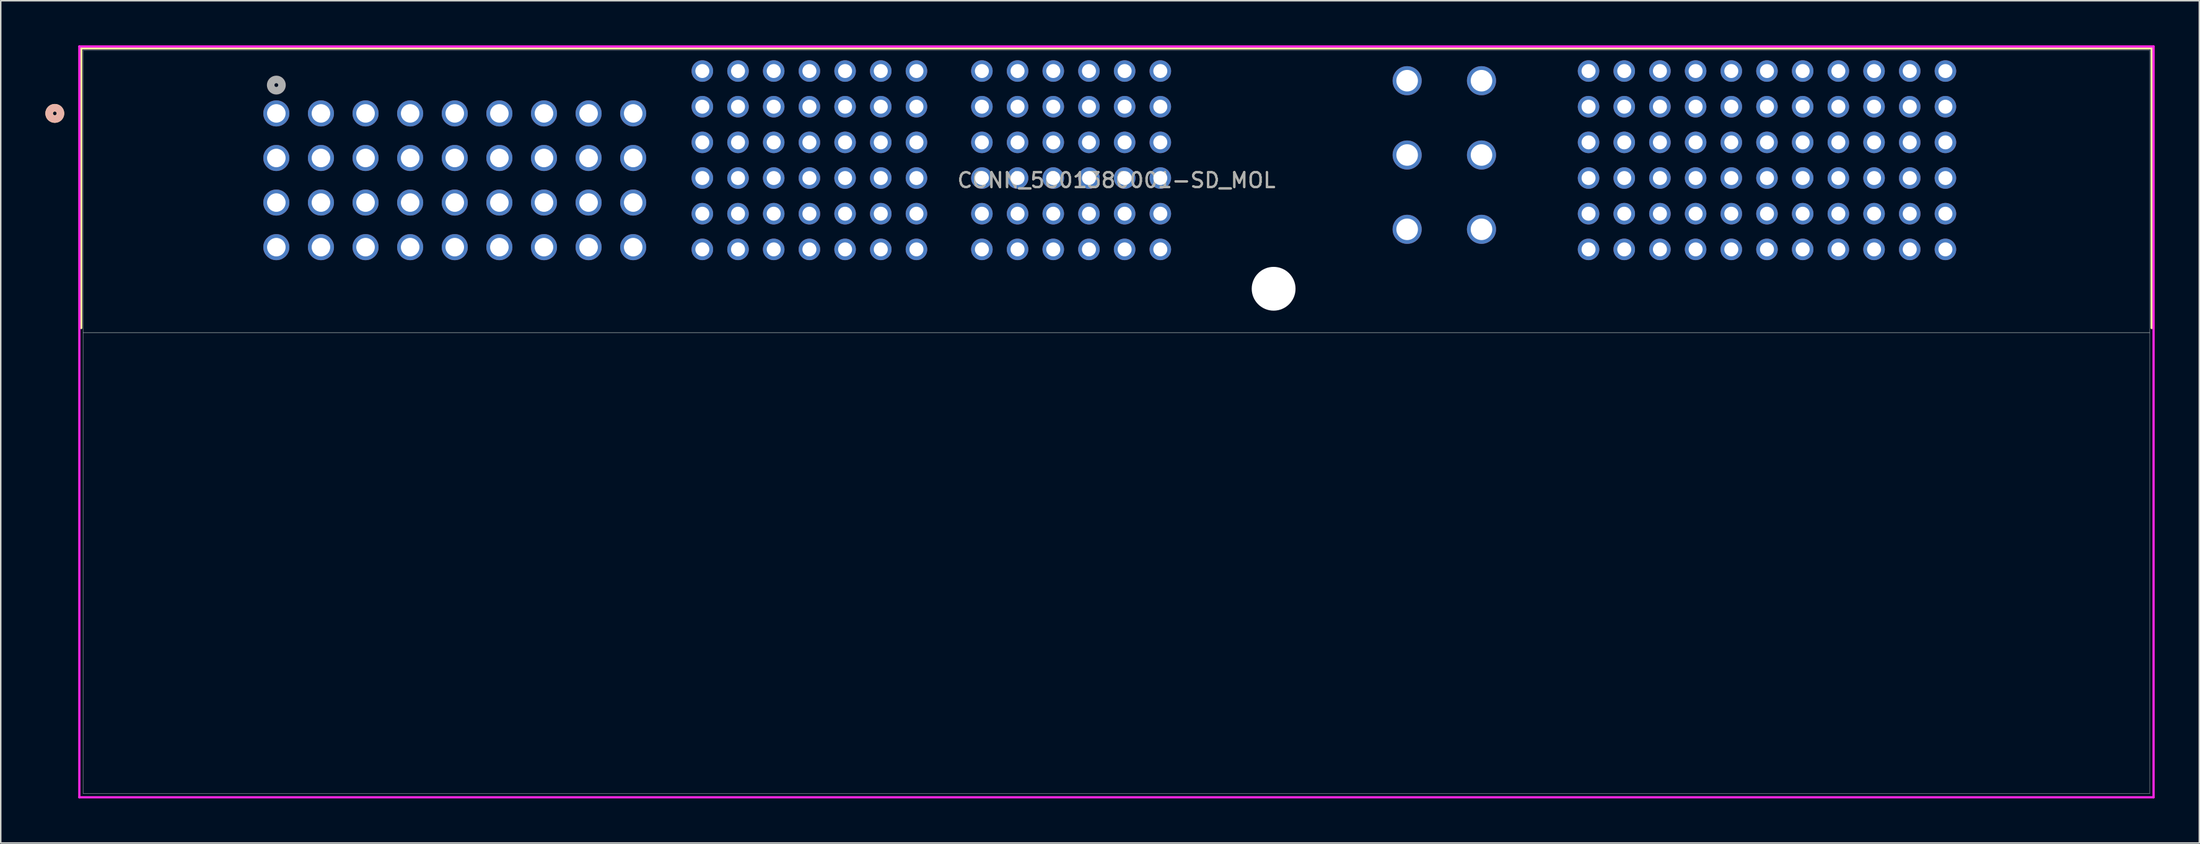
<source format=kicad_pcb>
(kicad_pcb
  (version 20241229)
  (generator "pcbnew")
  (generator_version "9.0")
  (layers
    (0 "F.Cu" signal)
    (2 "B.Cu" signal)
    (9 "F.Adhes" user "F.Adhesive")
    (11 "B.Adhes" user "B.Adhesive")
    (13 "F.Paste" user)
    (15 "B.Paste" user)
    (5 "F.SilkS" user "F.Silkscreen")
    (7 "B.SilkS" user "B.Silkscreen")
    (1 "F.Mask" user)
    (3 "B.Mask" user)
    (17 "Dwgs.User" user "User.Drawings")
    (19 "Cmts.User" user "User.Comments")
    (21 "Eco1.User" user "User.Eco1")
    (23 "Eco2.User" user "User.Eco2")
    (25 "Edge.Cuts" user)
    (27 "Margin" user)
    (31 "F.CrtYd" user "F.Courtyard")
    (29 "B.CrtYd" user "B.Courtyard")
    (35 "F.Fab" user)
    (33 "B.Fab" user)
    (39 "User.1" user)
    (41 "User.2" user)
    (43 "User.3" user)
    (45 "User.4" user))
  (footprint "CONN_5601380001-SD_MOL"
    (layer "F.Cu")
    (at 15.534 4.58)
    (property "Reference" "CONN_5601380001-SD_MOL" (at 56.5 4.5 0) (unlocked yes) (layer "F.SilkS") (effects (font (size 1 1) (thickness 0.15))))
    (attr through_hole)
    (fp_line (start -13.121 -4.377) (end -13.121 14.442) (stroke (width 0.152) (type solid)) (layer "F.SilkS"))
    (fp_line (start 126.121 -4.377) (end -13.121 -4.377) (stroke (width 0.152) (type solid)) (layer "F.SilkS"))
    (fp_line (start 126.121 14.442) (end 126.121 -4.377) (stroke (width 0.152) (type solid)) (layer "F.SilkS"))
    (fp_circle (center -14.899 0) (end -14.518 0) (stroke (width 0.508) (type solid)) (fill no) (layer "F.SilkS"))
    (fp_circle (center -14.899 0) (end -14.518 0) (stroke (width 0.508) (type solid)) (fill no) (layer "B.SilkS"))
    (fp_line (start -12.994 14.75) (end 125.994 14.75) (stroke (width 0.025) (type solid)) (layer "Edge.Cuts"))
    (fp_line (start -13.248 -4.504) (end -13.248 46.017) (stroke (width 0.152) (type solid)) (layer "F.CrtYd"))
    (fp_line (start -13.248 46.017) (end 126.248 46.017) (stroke (width 0.152) (type solid)) (layer "F.CrtYd"))
    (fp_line (start 126.248 -4.504) (end -13.248 -4.504) (stroke (width 0.152) (type solid)) (layer "F.CrtYd"))
    (fp_line (start 126.248 46.017) (end 126.248 -4.504) (stroke (width 0.152) (type solid)) (layer "F.CrtYd"))
    (fp_line (start -12.994 -4.25) (end -12.994 45.763) (stroke (width 0.025) (type solid)) (layer "F.Fab"))
    (fp_line (start -12.994 45.763) (end 125.994 45.763) (stroke (width 0.025) (type solid)) (layer "F.Fab"))
    (fp_line (start 125.994 -4.25) (end -12.994 -4.25) (stroke (width 0.025) (type solid)) (layer "F.Fab"))
    (fp_line (start 125.994 45.763) (end 125.994 -4.25) (stroke (width 0.025) (type solid)) (layer "F.Fab"))
    (fp_circle (center 0 -1.905) (end 0.381 -1.905) (stroke (width 0.508) (type solid)) (fill no) (layer "F.Fab"))
    (fp_text user "${REFERENCE}" (at 56.5 4.5 0) (unlocked yes) (layer "F.Fab") (effects (font (size 1 1) (thickness 0.15))))
    (pad "" np_thru_hole circle (at 67.07 11.8) (size 2.946 2.946) (drill 2.946) (layers "*.Cu" "*.Mask"))
    (pad "1" thru_hole circle (at 0 0) (size 1.753 1.753) (drill 1.245) (layers "*.Cu" "*.Mask"))
    (pad "2" thru_hole circle (at 3 0) (size 1.753 1.753) (drill 1.245) (layers "*.Cu" "*.Mask"))
    (pad "3" thru_hole circle (at 6 0) (size 1.753 1.753) (drill 1.245) (layers "*.Cu" "*.Mask"))
    (pad "4" thru_hole circle (at 9 0) (size 1.753 1.753) (drill 1.245) (layers "*.Cu" "*.Mask"))
    (pad "5" thru_hole circle (at 12 0) (size 1.753 1.753) (drill 1.245) (layers "*.Cu" "*.Mask"))
    (pad "6" thru_hole circle (at 15 0) (size 1.753 1.753) (drill 1.245) (layers "*.Cu" "*.Mask"))
    (pad "7" thru_hole circle (at 18 0) (size 1.753 1.753) (drill 1.245) (layers "*.Cu" "*.Mask"))
    (pad "8" thru_hole circle (at 21 0) (size 1.753 1.753) (drill 1.245) (layers "*.Cu" "*.Mask"))
    (pad "9" thru_hole circle (at 24 0) (size 1.753 1.753) (drill 1.245) (layers "*.Cu" "*.Mask"))
    (pad "10" thru_hole circle (at 0 3) (size 1.753 1.753) (drill 1.245) (layers "*.Cu" "*.Mask"))
    (pad "11" thru_hole circle (at 3 3) (size 1.753 1.753) (drill 1.245) (layers "*.Cu" "*.Mask"))
    (pad "12" thru_hole circle (at 6 3) (size 1.753 1.753) (drill 1.245) (layers "*.Cu" "*.Mask"))
    (pad "13" thru_hole circle (at 9 3) (size 1.753 1.753) (drill 1.245) (layers "*.Cu" "*.Mask"))
    (pad "14" thru_hole circle (at 12 3) (size 1.753 1.753) (drill 1.245) (layers "*.Cu" "*.Mask"))
    (pad "15" thru_hole circle (at 15 3) (size 1.753 1.753) (drill 1.245) (layers "*.Cu" "*.Mask"))
    (pad "16" thru_hole circle (at 18 3) (size 1.753 1.753) (drill 1.245) (layers "*.Cu" "*.Mask"))
    (pad "17" thru_hole circle (at 21 3) (size 1.753 1.753) (drill 1.245) (layers "*.Cu" "*.Mask"))
    (pad "18" thru_hole circle (at 24 3) (size 1.753 1.753) (drill 1.245) (layers "*.Cu" "*.Mask"))
    (pad "19" thru_hole circle (at 0 6) (size 1.753 1.753) (drill 1.245) (layers "*.Cu" "*.Mask"))
    (pad "20" thru_hole circle (at 3 6) (size 1.753 1.753) (drill 1.245) (layers "*.Cu" "*.Mask"))
    (pad "21" thru_hole circle (at 6 6) (size 1.753 1.753) (drill 1.245) (layers "*.Cu" "*.Mask"))
    (pad "22" thru_hole circle (at 9 6) (size 1.753 1.753) (drill 1.245) (layers "*.Cu" "*.Mask"))
    (pad "23" thru_hole circle (at 12 6) (size 1.753 1.753) (drill 1.245) (layers "*.Cu" "*.Mask"))
    (pad "24" thru_hole circle (at 15 6) (size 1.753 1.753) (drill 1.245) (layers "*.Cu" "*.Mask"))
    (pad "25" thru_hole circle (at 18 6) (size 1.753 1.753) (drill 1.245) (layers "*.Cu" "*.Mask"))
    (pad "26" thru_hole circle (at 21 6) (size 1.753 1.753) (drill 1.245) (layers "*.Cu" "*.Mask"))
    (pad "27" thru_hole circle (at 24 6) (size 1.753 1.753) (drill 1.245) (layers "*.Cu" "*.Mask"))
    (pad "28" thru_hole circle (at 0 9) (size 1.753 1.753) (drill 1.245) (layers "*.Cu" "*.Mask"))
    (pad "29" thru_hole circle (at 3 9) (size 1.753 1.753) (drill 1.245) (layers "*.Cu" "*.Mask"))
    (pad "30" thru_hole circle (at 6 9) (size 1.753 1.753) (drill 1.245) (layers "*.Cu" "*.Mask"))
    (pad "31" thru_hole circle (at 9 9) (size 1.753 1.753) (drill 1.245) (layers "*.Cu" "*.Mask"))
    (pad "32" thru_hole circle (at 12 9) (size 1.753 1.753) (drill 1.245) (layers "*.Cu" "*.Mask"))
    (pad "33" thru_hole circle (at 15 9) (size 1.753 1.753) (drill 1.245) (layers "*.Cu" "*.Mask"))
    (pad "34" thru_hole circle (at 18 9) (size 1.753 1.753) (drill 1.245) (layers "*.Cu" "*.Mask"))
    (pad "35" thru_hole circle (at 21 9) (size 1.753 1.753) (drill 1.245) (layers "*.Cu" "*.Mask"))
    (pad "36" thru_hole circle (at 24 9) (size 1.753 1.753) (drill 1.245) (layers "*.Cu" "*.Mask"))
    (pad "37" thru_hole circle (at 28.65 -2.85) (size 1.448 1.448) (drill 0.94) (layers "*.Cu" "*.Mask"))
    (pad "38" thru_hole circle (at 31.05 -2.85) (size 1.448 1.448) (drill 0.94) (layers "*.Cu" "*.Mask"))
    (pad "39" thru_hole circle (at 33.45 -2.85) (size 1.448 1.448) (drill 0.94) (layers "*.Cu" "*.Mask"))
    (pad "40" thru_hole circle (at 35.85 -2.85) (size 1.448 1.448) (drill 0.94) (layers "*.Cu" "*.Mask"))
    (pad "41" thru_hole circle (at 38.25 -2.85) (size 1.448 1.448) (drill 0.94) (layers "*.Cu" "*.Mask"))
    (pad "42" thru_hole circle (at 40.65 -2.85) (size 1.448 1.448) (drill 0.94) (layers "*.Cu" "*.Mask"))
    (pad "43" thru_hole circle (at 43.05 -2.85) (size 1.448 1.448) (drill 0.94) (layers "*.Cu" "*.Mask"))
    (pad "44" thru_hole circle (at 47.45 -2.85) (size 1.448 1.448) (drill 0.94) (layers "*.Cu" "*.Mask"))
    (pad "45" thru_hole circle (at 49.85 -2.85) (size 1.448 1.448) (drill 0.94) (layers "*.Cu" "*.Mask"))
    (pad "46" thru_hole circle (at 52.25 -2.85) (size 1.448 1.448) (drill 0.94) (layers "*.Cu" "*.Mask"))
    (pad "47" thru_hole circle (at 54.65 -2.85) (size 1.448 1.448) (drill 0.94) (layers "*.Cu" "*.Mask"))
    (pad "48" thru_hole circle (at 57.05 -2.85) (size 1.448 1.448) (drill 0.94) (layers "*.Cu" "*.Mask"))
    (pad "49" thru_hole circle (at 59.45 -2.85) (size 1.448 1.448) (drill 0.94) (layers "*.Cu" "*.Mask"))
    (pad "50" thru_hole circle (at 28.65 -0.45) (size 1.448 1.448) (drill 0.94) (layers "*.Cu" "*.Mask"))
    (pad "51" thru_hole circle (at 31.05 -0.45) (size 1.448 1.448) (drill 0.94) (layers "*.Cu" "*.Mask"))
    (pad "52" thru_hole circle (at 33.45 -0.45) (size 1.448 1.448) (drill 0.94) (layers "*.Cu" "*.Mask"))
    (pad "53" thru_hole circle (at 35.85 -0.45) (size 1.448 1.448) (drill 0.94) (layers "*.Cu" "*.Mask"))
    (pad "54" thru_hole circle (at 38.25 -0.45) (size 1.448 1.448) (drill 0.94) (layers "*.Cu" "*.Mask"))
    (pad "55" thru_hole circle (at 40.65 -0.45) (size 1.448 1.448) (drill 0.94) (layers "*.Cu" "*.Mask"))
    (pad "56" thru_hole circle (at 43.05 -0.45) (size 1.448 1.448) (drill 0.94) (layers "*.Cu" "*.Mask"))
    (pad "57" thru_hole circle (at 47.45 -0.45) (size 1.448 1.448) (drill 0.94) (layers "*.Cu" "*.Mask"))
    (pad "58" thru_hole circle (at 49.85 -0.45) (size 1.448 1.448) (drill 0.94) (layers "*.Cu" "*.Mask"))
    (pad "59" thru_hole circle (at 52.25 -0.45) (size 1.448 1.448) (drill 0.94) (layers "*.Cu" "*.Mask"))
    (pad "60" thru_hole circle (at 54.65 -0.45) (size 1.448 1.448) (drill 0.94) (layers "*.Cu" "*.Mask"))
    (pad "61" thru_hole circle (at 57.05 -0.45) (size 1.448 1.448) (drill 0.94) (layers "*.Cu" "*.Mask"))
    (pad "62" thru_hole circle (at 59.45 -0.45) (size 1.448 1.448) (drill 0.94) (layers "*.Cu" "*.Mask"))
    (pad "63" thru_hole circle (at 28.65 1.95) (size 1.448 1.448) (drill 0.94) (layers "*.Cu" "*.Mask"))
    (pad "64" thru_hole circle (at 31.05 1.95) (size 1.448 1.448) (drill 0.94) (layers "*.Cu" "*.Mask"))
    (pad "65" thru_hole circle (at 33.45 1.95) (size 1.448 1.448) (drill 0.94) (layers "*.Cu" "*.Mask"))
    (pad "66" thru_hole circle (at 35.85 1.95) (size 1.448 1.448) (drill 0.94) (layers "*.Cu" "*.Mask"))
    (pad "67" thru_hole circle (at 38.25 1.95) (size 1.448 1.448) (drill 0.94) (layers "*.Cu" "*.Mask"))
    (pad "68" thru_hole circle (at 40.65 1.95) (size 1.448 1.448) (drill 0.94) (layers "*.Cu" "*.Mask"))
    (pad "69" thru_hole circle (at 43.05 1.95) (size 1.448 1.448) (drill 0.94) (layers "*.Cu" "*.Mask"))
    (pad "70" thru_hole circle (at 47.45 1.95) (size 1.448 1.448) (drill 0.94) (layers "*.Cu" "*.Mask"))
    (pad "71" thru_hole circle (at 49.85 1.95) (size 1.448 1.448) (drill 0.94) (layers "*.Cu" "*.Mask"))
    (pad "72" thru_hole circle (at 52.25 1.95) (size 1.448 1.448) (drill 0.94) (layers "*.Cu" "*.Mask"))
    (pad "73" thru_hole circle (at 54.65 1.95) (size 1.448 1.448) (drill 0.94) (layers "*.Cu" "*.Mask"))
    (pad "74" thru_hole circle (at 57.05 1.95) (size 1.448 1.448) (drill 0.94) (layers "*.Cu" "*.Mask"))
    (pad "75" thru_hole circle (at 59.45 1.95) (size 1.448 1.448) (drill 0.94) (layers "*.Cu" "*.Mask"))
    (pad "76" thru_hole circle (at 28.65 4.35) (size 1.448 1.448) (drill 0.94) (layers "*.Cu" "*.Mask"))
    (pad "77" thru_hole circle (at 31.05 4.35) (size 1.448 1.448) (drill 0.94) (layers "*.Cu" "*.Mask"))
    (pad "78" thru_hole circle (at 33.45 4.35) (size 1.448 1.448) (drill 0.94) (layers "*.Cu" "*.Mask"))
    (pad "79" thru_hole circle (at 35.85 4.35) (size 1.448 1.448) (drill 0.94) (layers "*.Cu" "*.Mask"))
    (pad "80" thru_hole circle (at 38.25 4.35) (size 1.448 1.448) (drill 0.94) (layers "*.Cu" "*.Mask"))
    (pad "81" thru_hole circle (at 40.65 4.35) (size 1.448 1.448) (drill 0.94) (layers "*.Cu" "*.Mask"))
    (pad "82" thru_hole circle (at 43.05 4.35) (size 1.448 1.448) (drill 0.94) (layers "*.Cu" "*.Mask"))
    (pad "83" thru_hole circle (at 47.45 4.35) (size 1.448 1.448) (drill 0.94) (layers "*.Cu" "*.Mask"))
    (pad "84" thru_hole circle (at 49.85 4.35) (size 1.448 1.448) (drill 0.94) (layers "*.Cu" "*.Mask"))
    (pad "85" thru_hole circle (at 52.25 4.35) (size 1.448 1.448) (drill 0.94) (layers "*.Cu" "*.Mask"))
    (pad "86" thru_hole circle (at 54.65 4.35) (size 1.448 1.448) (drill 0.94) (layers "*.Cu" "*.Mask"))
    (pad "87" thru_hole circle (at 57.05 4.35) (size 1.448 1.448) (drill 0.94) (layers "*.Cu" "*.Mask"))
    (pad "88" thru_hole circle (at 59.45 4.35) (size 1.448 1.448) (drill 0.94) (layers "*.Cu" "*.Mask"))
    (pad "89" thru_hole circle (at 28.65 6.75) (size 1.448 1.448) (drill 0.94) (layers "*.Cu" "*.Mask"))
    (pad "90" thru_hole circle (at 31.05 6.75) (size 1.448 1.448) (drill 0.94) (layers "*.Cu" "*.Mask"))
    (pad "91" thru_hole circle (at 33.45 6.75) (size 1.448 1.448) (drill 0.94) (layers "*.Cu" "*.Mask"))
    (pad "92" thru_hole circle (at 35.85 6.75) (size 1.448 1.448) (drill 0.94) (layers "*.Cu" "*.Mask"))
    (pad "93" thru_hole circle (at 38.25 6.75) (size 1.448 1.448) (drill 0.94) (layers "*.Cu" "*.Mask"))
    (pad "94" thru_hole circle (at 40.65 6.75) (size 1.448 1.448) (drill 0.94) (layers "*.Cu" "*.Mask"))
    (pad "95" thru_hole circle (at 43.05 6.75) (size 1.448 1.448) (drill 0.94) (layers "*.Cu" "*.Mask"))
    (pad "96" thru_hole circle (at 47.45 6.75) (size 1.448 1.448) (drill 0.94) (layers "*.Cu" "*.Mask"))
    (pad "97" thru_hole circle (at 49.85 6.75) (size 1.448 1.448) (drill 0.94) (layers "*.Cu" "*.Mask"))
    (pad "98" thru_hole circle (at 52.25 6.75) (size 1.448 1.448) (drill 0.94) (layers "*.Cu" "*.Mask"))
    (pad "99" thru_hole circle (at 54.65 6.75) (size 1.448 1.448) (drill 0.94) (layers "*.Cu" "*.Mask"))
    (pad "100" thru_hole circle (at 57.05 6.75) (size 1.448 1.448) (drill 0.94) (layers "*.Cu" "*.Mask"))
    (pad "101" thru_hole circle (at 59.45 6.75) (size 1.448 1.448) (drill 0.94) (layers "*.Cu" "*.Mask"))
    (pad "102" thru_hole circle (at 28.65 9.15) (size 1.448 1.448) (drill 0.94) (layers "*.Cu" "*.Mask"))
    (pad "103" thru_hole circle (at 31.05 9.15) (size 1.448 1.448) (drill 0.94) (layers "*.Cu" "*.Mask"))
    (pad "104" thru_hole circle (at 33.45 9.15) (size 1.448 1.448) (drill 0.94) (layers "*.Cu" "*.Mask"))
    (pad "105" thru_hole circle (at 35.85 9.15) (size 1.448 1.448) (drill 0.94) (layers "*.Cu" "*.Mask"))
    (pad "106" thru_hole circle (at 38.25 9.15) (size 1.448 1.448) (drill 0.94) (layers "*.Cu" "*.Mask"))
    (pad "107" thru_hole circle (at 40.65 9.15) (size 1.448 1.448) (drill 0.94) (layers "*.Cu" "*.Mask"))
    (pad "108" thru_hole circle (at 43.05 9.15) (size 1.448 1.448) (drill 0.94) (layers "*.Cu" "*.Mask"))
    (pad "109" thru_hole circle (at 47.45 9.15) (size 1.448 1.448) (drill 0.94) (layers "*.Cu" "*.Mask"))
    (pad "110" thru_hole circle (at 49.85 9.15) (size 1.448 1.448) (drill 0.94) (layers "*.Cu" "*.Mask"))
    (pad "111" thru_hole circle (at 52.25 9.15) (size 1.448 1.448) (drill 0.94) (layers "*.Cu" "*.Mask"))
    (pad "112" thru_hole circle (at 54.65 9.15) (size 1.448 1.448) (drill 0.94) (layers "*.Cu" "*.Mask"))
    (pad "113" thru_hole circle (at 57.05 9.15) (size 1.448 1.448) (drill 0.94) (layers "*.Cu" "*.Mask"))
    (pad "114" thru_hole circle (at 59.45 9.15) (size 1.448 1.448) (drill 0.94) (layers "*.Cu" "*.Mask"))
    (pad "115" thru_hole circle (at 76.05 -2.2) (size 1.956 1.956) (drill 1.448) (layers "*.Cu" "*.Mask"))
    (pad "116" thru_hole circle (at 81.05 -2.2) (size 1.956 1.956) (drill 1.448) (layers "*.Cu" "*.Mask"))
    (pad "117" thru_hole circle (at 76.05 2.8) (size 1.956 1.956) (drill 1.448) (layers "*.Cu" "*.Mask"))
    (pad "118" thru_hole circle (at 81.05 2.8) (size 1.956 1.956) (drill 1.448) (layers "*.Cu" "*.Mask"))
    (pad "119" thru_hole circle (at 76.05 7.8) (size 1.956 1.956) (drill 1.448) (layers "*.Cu" "*.Mask"))
    (pad "120" thru_hole circle (at 81.05 7.8) (size 1.956 1.956) (drill 1.448) (layers "*.Cu" "*.Mask"))
    (pad "121" thru_hole circle (at 88.25 -2.85) (size 1.448 1.448) (drill 0.94) (layers "*.Cu" "*.Mask"))
    (pad "122" thru_hole circle (at 90.65 -2.85) (size 1.448 1.448) (drill 0.94) (layers "*.Cu" "*.Mask"))
    (pad "123" thru_hole circle (at 93.05 -2.85) (size 1.448 1.448) (drill 0.94) (layers "*.Cu" "*.Mask"))
    (pad "124" thru_hole circle (at 95.45 -2.85) (size 1.448 1.448) (drill 0.94) (layers "*.Cu" "*.Mask"))
    (pad "125" thru_hole circle (at 97.85 -2.85) (size 1.448 1.448) (drill 0.94) (layers "*.Cu" "*.Mask"))
    (pad "126" thru_hole circle (at 100.25 -2.85) (size 1.448 1.448) (drill 0.94) (layers "*.Cu" "*.Mask"))
    (pad "127" thru_hole circle (at 102.65 -2.85) (size 1.448 1.448) (drill 0.94) (layers "*.Cu" "*.Mask"))
    (pad "128" thru_hole circle (at 105.05 -2.85) (size 1.448 1.448) (drill 0.94) (layers "*.Cu" "*.Mask"))
    (pad "129" thru_hole circle (at 107.45 -2.85) (size 1.448 1.448) (drill 0.94) (layers "*.Cu" "*.Mask"))
    (pad "130" thru_hole circle (at 109.85 -2.85) (size 1.448 1.448) (drill 0.94) (layers "*.Cu" "*.Mask"))
    (pad "131" thru_hole circle (at 112.25 -2.85) (size 1.448 1.448) (drill 0.94) (layers "*.Cu" "*.Mask"))
    (pad "132" thru_hole circle (at 88.25 -0.45) (size 1.448 1.448) (drill 0.94) (layers "*.Cu" "*.Mask"))
    (pad "133" thru_hole circle (at 90.65 -0.45) (size 1.448 1.448) (drill 0.94) (layers "*.Cu" "*.Mask"))
    (pad "134" thru_hole circle (at 93.05 -0.45) (size 1.448 1.448) (drill 0.94) (layers "*.Cu" "*.Mask"))
    (pad "135" thru_hole circle (at 95.45 -0.45) (size 1.448 1.448) (drill 0.94) (layers "*.Cu" "*.Mask"))
    (pad "136" thru_hole circle (at 97.85 -0.45) (size 1.448 1.448) (drill 0.94) (layers "*.Cu" "*.Mask"))
    (pad "137" thru_hole circle (at 100.25 -0.45) (size 1.448 1.448) (drill 0.94) (layers "*.Cu" "*.Mask"))
    (pad "138" thru_hole circle (at 102.65 -0.45) (size 1.448 1.448) (drill 0.94) (layers "*.Cu" "*.Mask"))
    (pad "139" thru_hole circle (at 105.05 -0.45) (size 1.448 1.448) (drill 0.94) (layers "*.Cu" "*.Mask"))
    (pad "140" thru_hole circle (at 107.45 -0.45) (size 1.448 1.448) (drill 0.94) (layers "*.Cu" "*.Mask"))
    (pad "141" thru_hole circle (at 109.85 -0.45) (size 1.448 1.448) (drill 0.94) (layers "*.Cu" "*.Mask"))
    (pad "142" thru_hole circle (at 112.25 -0.45) (size 1.448 1.448) (drill 0.94) (layers "*.Cu" "*.Mask"))
    (pad "143" thru_hole circle (at 88.25 1.95) (size 1.448 1.448) (drill 0.94) (layers "*.Cu" "*.Mask"))
    (pad "144" thru_hole circle (at 90.65 1.95) (size 1.448 1.448) (drill 0.94) (layers "*.Cu" "*.Mask"))
    (pad "145" thru_hole circle (at 93.05 1.95) (size 1.448 1.448) (drill 0.94) (layers "*.Cu" "*.Mask"))
    (pad "146" thru_hole circle (at 95.45 1.95) (size 1.448 1.448) (drill 0.94) (layers "*.Cu" "*.Mask"))
    (pad "147" thru_hole circle (at 97.85 1.95) (size 1.448 1.448) (drill 0.94) (layers "*.Cu" "*.Mask"))
    (pad "148" thru_hole circle (at 100.25 1.95) (size 1.448 1.448) (drill 0.94) (layers "*.Cu" "*.Mask"))
    (pad "149" thru_hole circle (at 102.65 1.95) (size 1.448 1.448) (drill 0.94) (layers "*.Cu" "*.Mask"))
    (pad "150" thru_hole circle (at 105.05 1.95) (size 1.448 1.448) (drill 0.94) (layers "*.Cu" "*.Mask"))
    (pad "151" thru_hole circle (at 107.45 1.95) (size 1.448 1.448) (drill 0.94) (layers "*.Cu" "*.Mask"))
    (pad "152" thru_hole circle (at 109.85 1.95) (size 1.448 1.448) (drill 0.94) (layers "*.Cu" "*.Mask"))
    (pad "153" thru_hole circle (at 112.25 1.95) (size 1.448 1.448) (drill 0.94) (layers "*.Cu" "*.Mask"))
    (pad "154" thru_hole circle (at 88.25 4.35) (size 1.448 1.448) (drill 0.94) (layers "*.Cu" "*.Mask"))
    (pad "155" thru_hole circle (at 90.65 4.35) (size 1.448 1.448) (drill 0.94) (layers "*.Cu" "*.Mask"))
    (pad "156" thru_hole circle (at 93.05 4.35) (size 1.448 1.448) (drill 0.94) (layers "*.Cu" "*.Mask"))
    (pad "157" thru_hole circle (at 95.45 4.35) (size 1.448 1.448) (drill 0.94) (layers "*.Cu" "*.Mask"))
    (pad "158" thru_hole circle (at 97.85 4.35) (size 1.448 1.448) (drill 0.94) (layers "*.Cu" "*.Mask"))
    (pad "159" thru_hole circle (at 100.25 4.35) (size 1.448 1.448) (drill 0.94) (layers "*.Cu" "*.Mask"))
    (pad "160" thru_hole circle (at 102.65 4.35) (size 1.448 1.448) (drill 0.94) (layers "*.Cu" "*.Mask"))
    (pad "161" thru_hole circle (at 105.05 4.35) (size 1.448 1.448) (drill 0.94) (layers "*.Cu" "*.Mask"))
    (pad "162" thru_hole circle (at 107.45 4.35) (size 1.448 1.448) (drill 0.94) (layers "*.Cu" "*.Mask"))
    (pad "163" thru_hole circle (at 109.85 4.35) (size 1.448 1.448) (drill 0.94) (layers "*.Cu" "*.Mask"))
    (pad "164" thru_hole circle (at 112.25 4.35) (size 1.448 1.448) (drill 0.94) (layers "*.Cu" "*.Mask"))
    (pad "165" thru_hole circle (at 88.25 6.75) (size 1.448 1.448) (drill 0.94) (layers "*.Cu" "*.Mask"))
    (pad "166" thru_hole circle (at 90.65 6.75) (size 1.448 1.448) (drill 0.94) (layers "*.Cu" "*.Mask"))
    (pad "167" thru_hole circle (at 93.05 6.75) (size 1.448 1.448) (drill 0.94) (layers "*.Cu" "*.Mask"))
    (pad "168" thru_hole circle (at 95.45 6.75) (size 1.448 1.448) (drill 0.94) (layers "*.Cu" "*.Mask"))
    (pad "169" thru_hole circle (at 97.85 6.75) (size 1.448 1.448) (drill 0.94) (layers "*.Cu" "*.Mask"))
    (pad "170" thru_hole circle (at 100.25 6.75) (size 1.448 1.448) (drill 0.94) (layers "*.Cu" "*.Mask"))
    (pad "171" thru_hole circle (at 102.65 6.75) (size 1.448 1.448) (drill 0.94) (layers "*.Cu" "*.Mask"))
    (pad "172" thru_hole circle (at 105.05 6.75) (size 1.448 1.448) (drill 0.94) (layers "*.Cu" "*.Mask"))
    (pad "173" thru_hole circle (at 107.45 6.75) (size 1.448 1.448) (drill 0.94) (layers "*.Cu" "*.Mask"))
    (pad "174" thru_hole circle (at 109.85 6.75) (size 1.448 1.448) (drill 0.94) (layers "*.Cu" "*.Mask"))
    (pad "175" thru_hole circle (at 112.25 6.75) (size 1.448 1.448) (drill 0.94) (layers "*.Cu" "*.Mask"))
    (pad "176" thru_hole circle (at 88.25 9.15) (size 1.448 1.448) (drill 0.94) (layers "*.Cu" "*.Mask"))
    (pad "177" thru_hole circle (at 90.65 9.15) (size 1.448 1.448) (drill 0.94) (layers "*.Cu" "*.Mask"))
    (pad "178" thru_hole circle (at 93.05 9.15) (size 1.448 1.448) (drill 0.94) (layers "*.Cu" "*.Mask"))
    (pad "179" thru_hole circle (at 95.45 9.15) (size 1.448 1.448) (drill 0.94) (layers "*.Cu" "*.Mask"))
    (pad "180" thru_hole circle (at 97.85 9.15) (size 1.448 1.448) (drill 0.94) (layers "*.Cu" "*.Mask"))
    (pad "181" thru_hole circle (at 100.25 9.15) (size 1.448 1.448) (drill 0.94) (layers "*.Cu" "*.Mask"))
    (pad "182" thru_hole circle (at 102.65 9.15) (size 1.448 1.448) (drill 0.94) (layers "*.Cu" "*.Mask"))
    (pad "183" thru_hole circle (at 105.05 9.15) (size 1.448 1.448) (drill 0.94) (layers "*.Cu" "*.Mask"))
    (pad "184" thru_hole circle (at 107.45 9.15) (size 1.448 1.448) (drill 0.94) (layers "*.Cu" "*.Mask"))
    (pad "185" thru_hole circle (at 109.85 9.15) (size 1.448 1.448) (drill 0.94) (layers "*.Cu" "*.Mask"))
    (pad "186" thru_hole circle (at 112.25 9.15) (size 1.448 1.448) (drill 0.94) (layers "*.Cu" "*.Mask")))
  (gr_rect
    (start -3 -3)
    (end 144.859 53.673)
    (stroke (width 0.1) (type default))
    (fill no)
    (layer "Edge.Cuts")))
</source>
